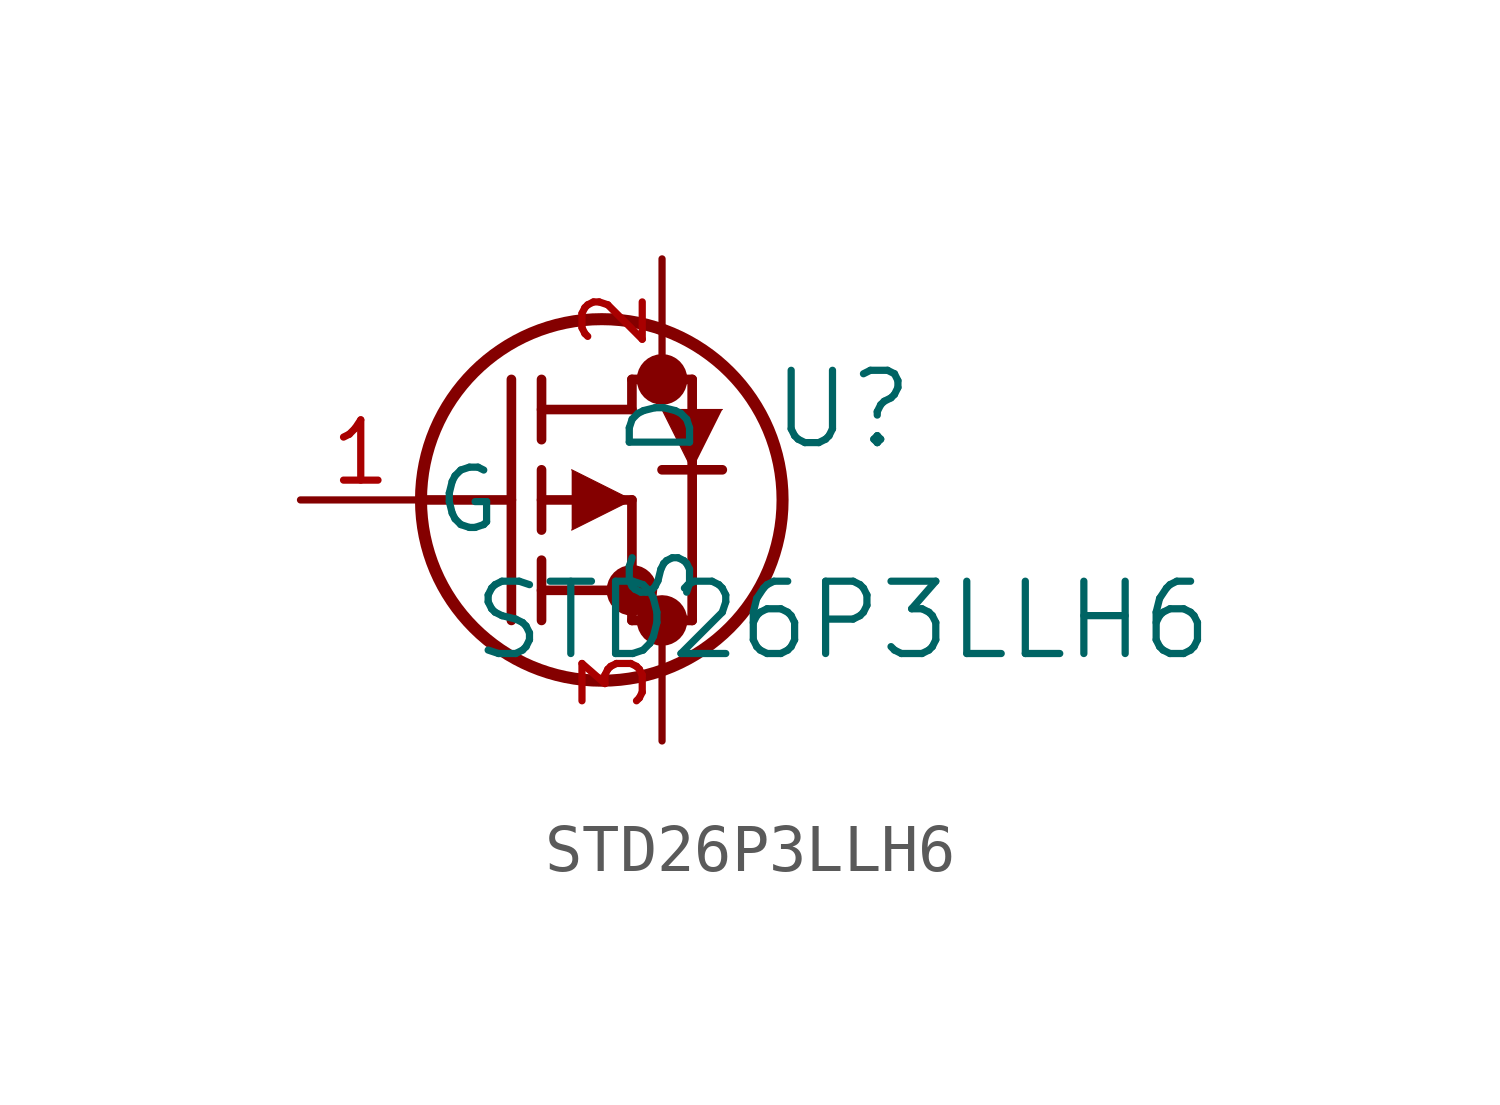
<source format=kicad_sym>
(kicad_symbol_lib
  (version 20211014)
  (generator kicad_symbol_editor)
  (symbol "STD26P3LLH6"
    (pin_names
      (offset 0.254))
    (property "Reference" "U"
      (at 11.43 1.905 0)
      (effects (font (size 1.524 1.524))))
    (property "Value" "STD26P3LLH6"
      (at 11.43 -2.54 0)
      (effects (font (size 1.524 1.524))))
    (symbol "STD26P3LLH6_0_1"
      (circle (center 7.62 2.54) (radius 0.025) (stroke (width 0.508) (type default) (color 0 0 0 0)) (fill (type none)))
      (circle (center 7.62 -2.54) (radius 0.025) (stroke (width 0.508) (type default) (color 0 0 0 0)) (fill (type none)))
      (circle (center 6.985 -1.905) (radius 0.025) (stroke (width 0.508) (type default) (color 0 0 0 0)) (fill (type none)))
      (circle (center 6.35 0) (radius 3.81) (stroke (width 0.254) (type default) (color 0 0 0 0)) (fill (type none)))
      (polyline (pts (xy 2.54 0) (xy 4.445 0)) (stroke (width 0.203) (type default) (color 0 0 0 0)) (fill (type none)))
      (polyline (pts (xy 4.445 -2.54) (xy 4.445 2.54)) (stroke (width 0.203) (type default) (color 0 0 0 0)) (fill (type none)))
      (polyline (pts (xy 5.08 -0.635) (xy 5.08 0.635)) (stroke (width 0.203) (type default) (color 0 0 0 0)) (fill (type none)))
      (polyline (pts (xy 5.08 -2.54) (xy 5.08 -1.27)) (stroke (width 0.203) (type default) (color 0 0 0 0)) (fill (type none)))
      (polyline (pts (xy 5.08 1.27) (xy 5.08 2.54)) (stroke (width 0.203) (type default) (color 0 0 0 0)) (fill (type none)))
      (polyline (pts (xy 5.08 0) (xy 6.985 0)) (stroke (width 0.203) (type default) (color 0 0 0 0)) (fill (type none)))
      (polyline (pts (xy 5.08 -1.905) (xy 6.985 -1.905)) (stroke (width 0.203) (type default) (color 0 0 0 0)) (fill (type none)))
      (polyline (pts (xy 6.985 -2.54) (xy 6.985 0)) (stroke (width 0.203) (type default) (color 0 0 0 0)) (fill (type none)))
      (polyline (pts (xy 6.985 -2.54) (xy 8.255 -2.54)) (stroke (width 0.203) (type default) (color 0 0 0 0)) (fill (type none)))
      (polyline (pts (xy 5.08 1.905) (xy 6.985 1.905)) (stroke (width 0.203) (type default) (color 0 0 0 0)) (fill (type none)))
      (polyline (pts (xy 8.255 0.635) (xy 8.255 2.54)) (stroke (width 0.203) (type default) (color 0 0 0 0)) (fill (type none)))
      (polyline (pts (xy 5.715 0.635) (xy 6.985 0) (xy 5.715 -0.635)) (stroke (width 0.025) (type default) (color 0 0 0 0)) (fill (type outline)))
      (polyline (pts (xy 8.89 1.905) (xy 7.62 1.905) (xy 8.255 0.635)) (stroke (width 0.025) (type default) (color 0 0 0 0)) (fill (type outline)))
      (polyline (pts (xy 8.255 -2.54) (xy 8.255 0.635)) (stroke (width 0.203) (type default) (color 0 0 0 0)) (fill (type none)))
      (polyline (pts (xy 8.89 0.635) (xy 7.62 0.635)) (stroke (width 0.203) (type default) (color 0 0 0 0)) (fill (type none)))
      (polyline (pts (xy 6.985 2.54) (xy 8.255 2.54)) (stroke (width 0.203) (type default) (color 0 0 0 0)) (fill (type none)))
      (polyline (pts (xy 6.985 1.905) (xy 6.985 2.54)) (stroke (width 0.203) (type default) (color 0 0 0 0)) (fill (type none)))
      (pin unspecified line (at 0 0 0) (length 2.54) (name "G" (effects (font (size 1.27 1.27)))) (number "1" (effects (font (size 1.27 1.27)))))
      (pin unspecified line (at 7.62 5.08 270) (length 2.54) (name "D" (effects (font (size 1.27 1.27)))) (number "2" (effects (font (size 1.27 1.27)))))
      (pin unspecified line (at 7.62 -5.08 90) (length 2.54) (name "S" (effects (font (size 1.27 1.27)))) (number "3" (effects (font (size 1.27 1.27))))))))
</source>
